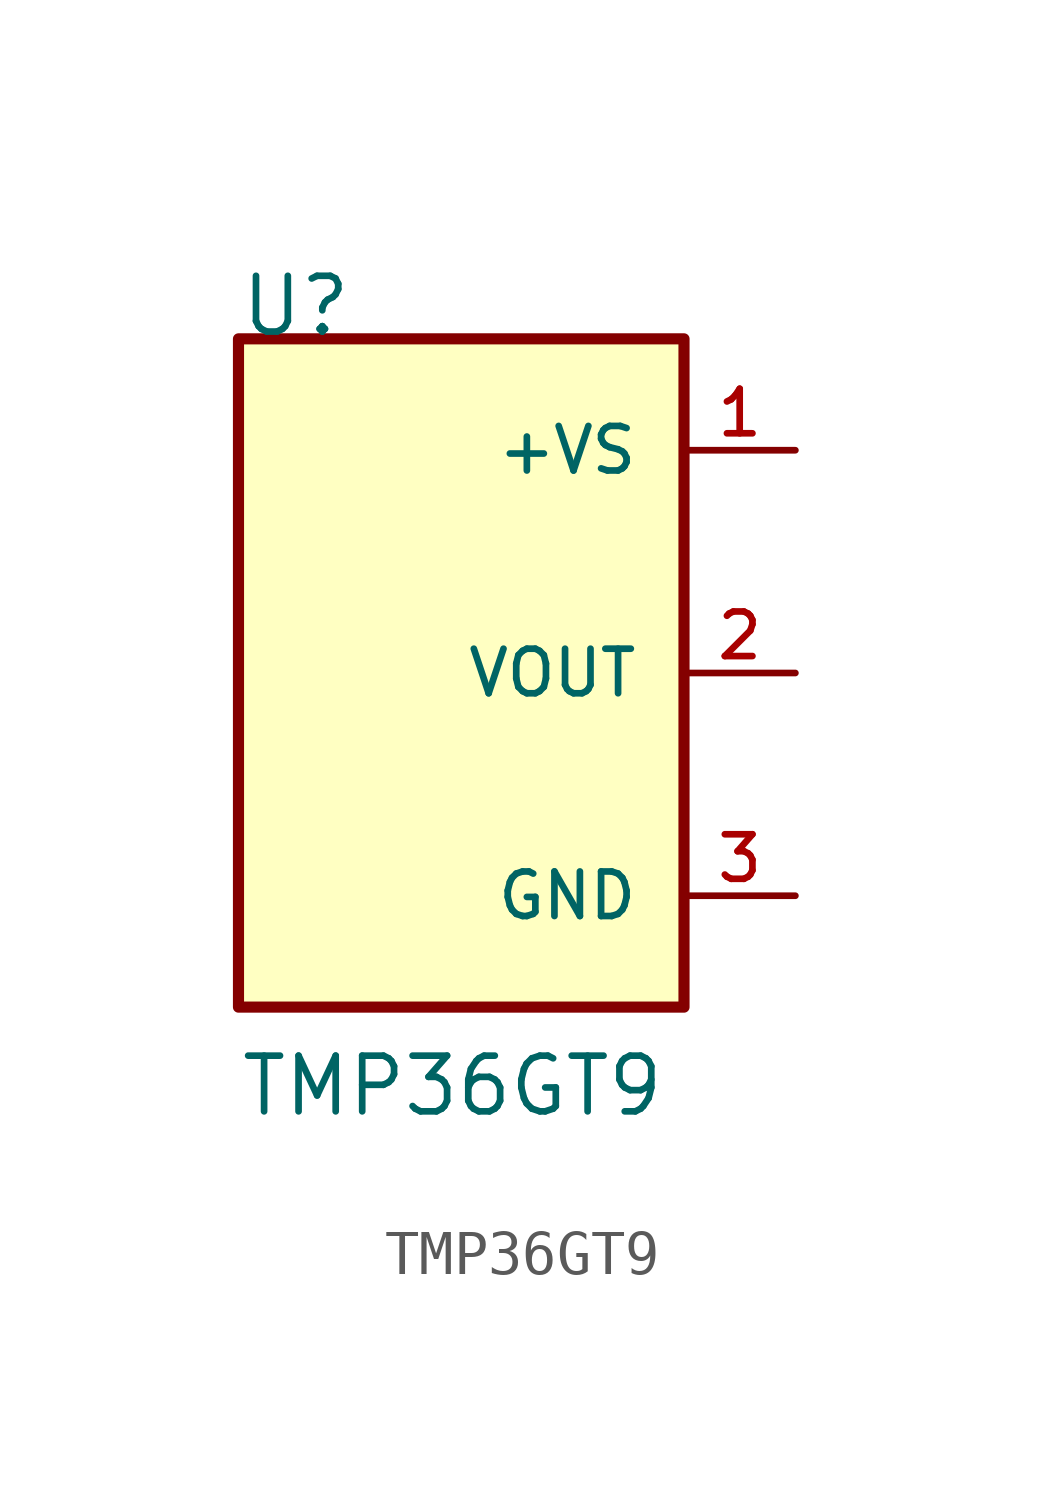
<source format=kicad_sym>
(kicad_symbol_lib
  (version 20211014)
  (generator kicad_symbol_editor)
  (symbol "TMP36GT9"
    (pin_names
      (offset 1.016))
    (property "Reference" "U"
      (at -5.083 7.624 0)
      (effects (font (size 1.27 1.27)) (justify bottom left)))
    (property "Value" "TMP36GT9"
      (at -5.08 -10.16 0)
      (effects (font (size 1.27 1.27)) (justify bottom left)))
    (symbol "TMP36GT9_0_0"
      (rectangle (start -5.08 -7.62) (end 5.08 7.62) (stroke (width 0.254)) (fill (type background)))
      (pin power_in line (at 7.62 5.08 180.0) (length 2.54) (name "+VS" (effects (font (size 1.016 1.016)))) (number "1" (effects (font (size 1.016 1.016)))))
      (pin power_in line (at 7.62 -5.08 180.0) (length 2.54) (name "GND" (effects (font (size 1.016 1.016)))) (number "3" (effects (font (size 1.016 1.016)))))
      (pin output line (at 7.62 0.0 180.0) (length 2.54) (name "VOUT" (effects (font (size 1.016 1.016)))) (number "2" (effects (font (size 1.016 1.016))))))))
</source>
